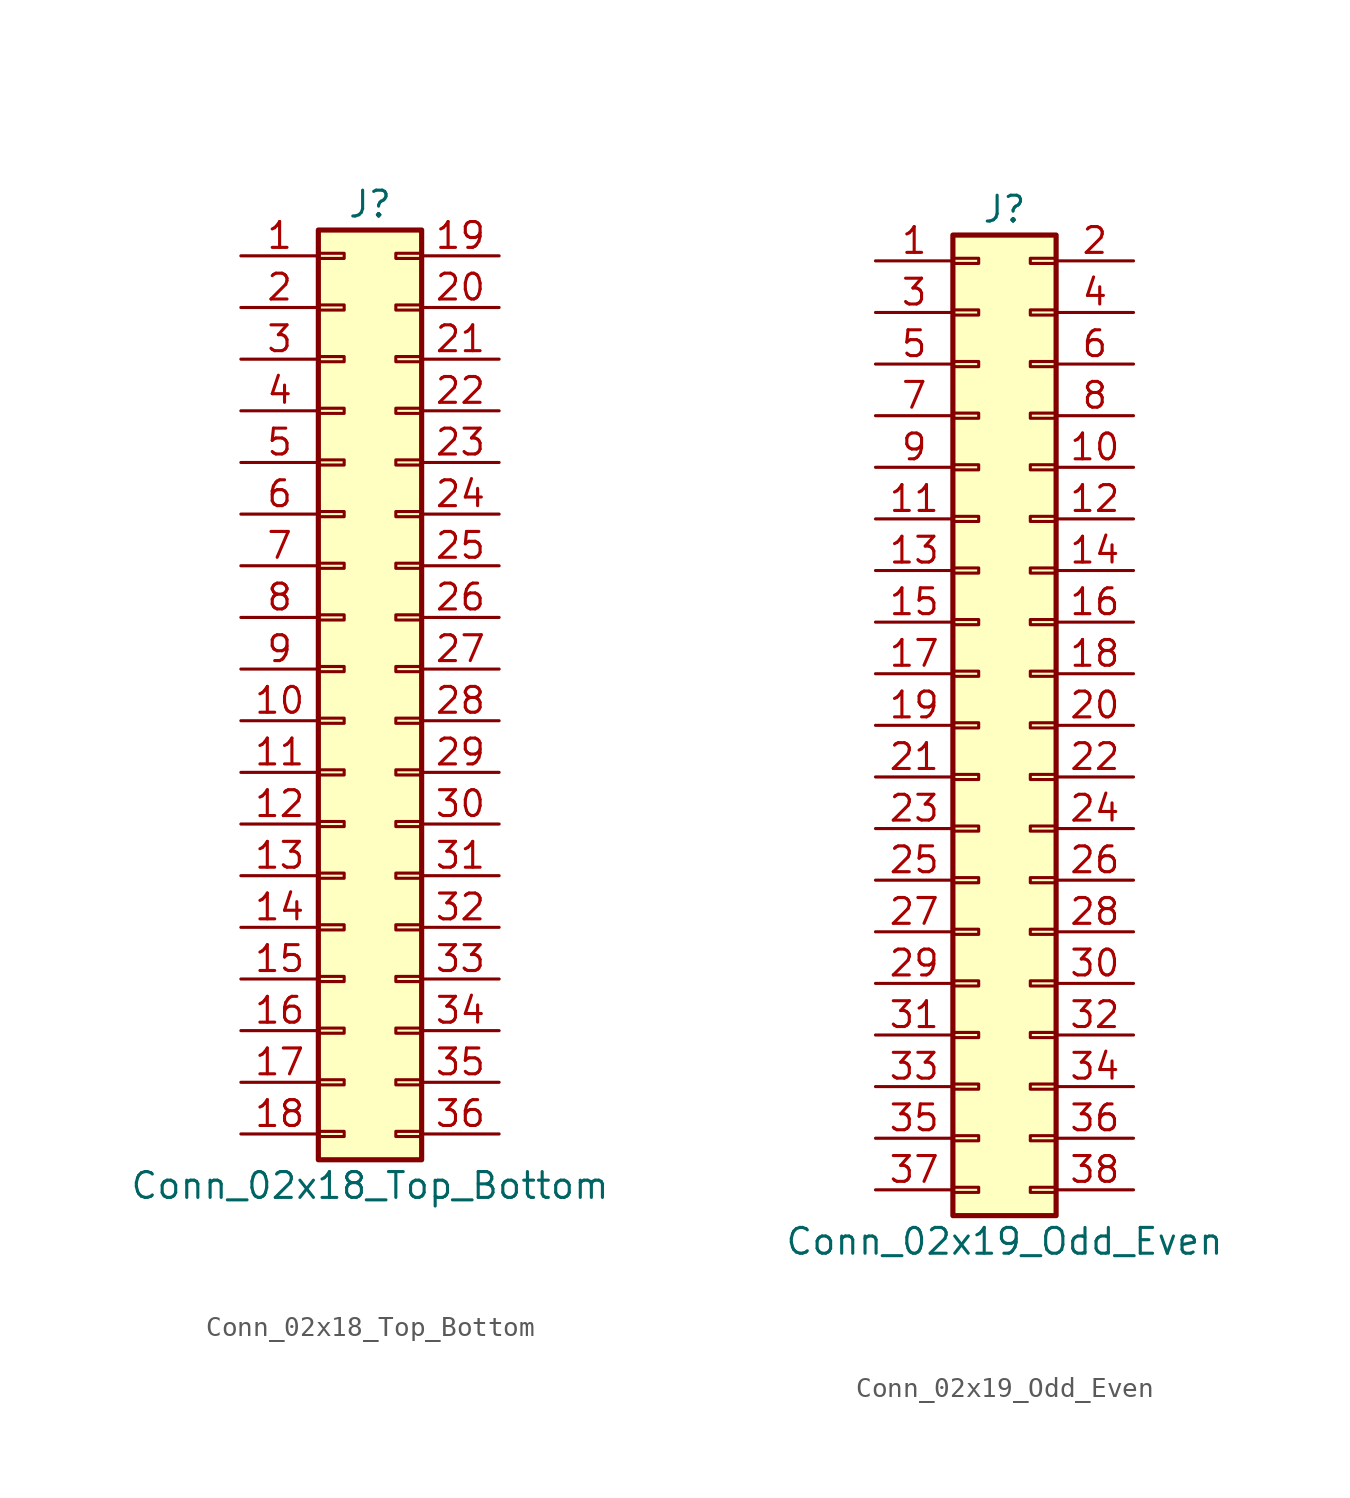
<source format=kicad_sym>
(kicad_symbol_lib
  (version 20201005)
  (generator kicad_symbol_editor)
  (symbol "Conn_02x18_Top_Bottom"
    (pin_names
      (offset 1.016) hide)
    (property "Reference" "J"
      (at 1.27 22.86 0)
      (effects (font (size 1.27 1.27))))
    (property "Value" "Conn_02x18_Top_Bottom"
      (at 1.27 -25.4 0)
      (effects (font (size 1.27 1.27))))
    (symbol "Conn_02x18_Top_Bottom_1_1"
      (rectangle (start -1.27 -22.733) (end 0 -22.987) (stroke (width 0.152)) (fill (type none)))
      (rectangle (start -1.27 -20.193) (end 0 -20.447) (stroke (width 0.152)) (fill (type none)))
      (rectangle (start -1.27 -17.653) (end 0 -17.907) (stroke (width 0.152)) (fill (type none)))
      (rectangle (start -1.27 -15.113) (end 0 -15.367) (stroke (width 0.152)) (fill (type none)))
      (rectangle (start -1.27 -12.573) (end 0 -12.827) (stroke (width 0.152)) (fill (type none)))
      (rectangle (start -1.27 -10.033) (end 0 -10.287) (stroke (width 0.152)) (fill (type none)))
      (rectangle (start -1.27 -7.493) (end 0 -7.747) (stroke (width 0.152)) (fill (type none)))
      (rectangle (start -1.27 -4.953) (end 0 -5.207) (stroke (width 0.152)) (fill (type none)))
      (rectangle (start -1.27 -2.413) (end 0 -2.667) (stroke (width 0.152)) (fill (type none)))
      (rectangle (start -1.27 0.127) (end 0 -0.127) (stroke (width 0.152)) (fill (type none)))
      (rectangle (start -1.27 2.667) (end 0 2.413) (stroke (width 0.152)) (fill (type none)))
      (rectangle (start -1.27 5.207) (end 0 4.953) (stroke (width 0.152)) (fill (type none)))
      (rectangle (start -1.27 7.747) (end 0 7.493) (stroke (width 0.152)) (fill (type none)))
      (rectangle (start -1.27 10.287) (end 0 10.033) (stroke (width 0.152)) (fill (type none)))
      (rectangle (start -1.27 12.827) (end 0 12.573) (stroke (width 0.152)) (fill (type none)))
      (rectangle (start -1.27 15.367) (end 0 15.113) (stroke (width 0.152)) (fill (type none)))
      (rectangle (start -1.27 17.907) (end 0 17.653) (stroke (width 0.152)) (fill (type none)))
      (rectangle (start -1.27 20.447) (end 0 20.193) (stroke (width 0.152)) (fill (type none)))
      (rectangle (start -1.27 21.59) (end 3.81 -24.13) (stroke (width 0.254)) (fill (type background)))
      (rectangle (start 3.81 -22.733) (end 2.54 -22.987) (stroke (width 0.152)) (fill (type none)))
      (rectangle (start 3.81 -20.193) (end 2.54 -20.447) (stroke (width 0.152)) (fill (type none)))
      (rectangle (start 3.81 -17.653) (end 2.54 -17.907) (stroke (width 0.152)) (fill (type none)))
      (rectangle (start 3.81 -15.113) (end 2.54 -15.367) (stroke (width 0.152)) (fill (type none)))
      (rectangle (start 3.81 -12.573) (end 2.54 -12.827) (stroke (width 0.152)) (fill (type none)))
      (rectangle (start 3.81 -10.033) (end 2.54 -10.287) (stroke (width 0.152)) (fill (type none)))
      (rectangle (start 3.81 -7.493) (end 2.54 -7.747) (stroke (width 0.152)) (fill (type none)))
      (rectangle (start 3.81 -4.953) (end 2.54 -5.207) (stroke (width 0.152)) (fill (type none)))
      (rectangle (start 3.81 -2.413) (end 2.54 -2.667) (stroke (width 0.152)) (fill (type none)))
      (rectangle (start 3.81 0.127) (end 2.54 -0.127) (stroke (width 0.152)) (fill (type none)))
      (rectangle (start 3.81 2.667) (end 2.54 2.413) (stroke (width 0.152)) (fill (type none)))
      (rectangle (start 3.81 5.207) (end 2.54 4.953) (stroke (width 0.152)) (fill (type none)))
      (rectangle (start 3.81 7.747) (end 2.54 7.493) (stroke (width 0.152)) (fill (type none)))
      (rectangle (start 3.81 10.287) (end 2.54 10.033) (stroke (width 0.152)) (fill (type none)))
      (rectangle (start 3.81 12.827) (end 2.54 12.573) (stroke (width 0.152)) (fill (type none)))
      (rectangle (start 3.81 15.367) (end 2.54 15.113) (stroke (width 0.152)) (fill (type none)))
      (rectangle (start 3.81 17.907) (end 2.54 17.653) (stroke (width 0.152)) (fill (type none)))
      (rectangle (start 3.81 20.447) (end 2.54 20.193) (stroke (width 0.152)) (fill (type none)))
      (pin passive line (at -5.08 20.32 0) (length 3.81) (name "Pin_1" (effects (font (size 1.27 1.27)))) (number "1" (effects (font (size 1.27 1.27)))))
      (pin passive line (at -5.08 -2.54 0) (length 3.81) (name "Pin_10" (effects (font (size 1.27 1.27)))) (number "10" (effects (font (size 1.27 1.27)))))
      (pin passive line (at -5.08 -5.08 0) (length 3.81) (name "Pin_11" (effects (font (size 1.27 1.27)))) (number "11" (effects (font (size 1.27 1.27)))))
      (pin passive line (at -5.08 -7.62 0) (length 3.81) (name "Pin_12" (effects (font (size 1.27 1.27)))) (number "12" (effects (font (size 1.27 1.27)))))
      (pin passive line (at -5.08 -10.16 0) (length 3.81) (name "Pin_13" (effects (font (size 1.27 1.27)))) (number "13" (effects (font (size 1.27 1.27)))))
      (pin passive line (at -5.08 -12.7 0) (length 3.81) (name "Pin_14" (effects (font (size 1.27 1.27)))) (number "14" (effects (font (size 1.27 1.27)))))
      (pin passive line (at -5.08 -15.24 0) (length 3.81) (name "Pin_15" (effects (font (size 1.27 1.27)))) (number "15" (effects (font (size 1.27 1.27)))))
      (pin passive line (at -5.08 -17.78 0) (length 3.81) (name "Pin_16" (effects (font (size 1.27 1.27)))) (number "16" (effects (font (size 1.27 1.27)))))
      (pin passive line (at -5.08 -20.32 0) (length 3.81) (name "Pin_17" (effects (font (size 1.27 1.27)))) (number "17" (effects (font (size 1.27 1.27)))))
      (pin passive line (at -5.08 -22.86 0) (length 3.81) (name "Pin_18" (effects (font (size 1.27 1.27)))) (number "18" (effects (font (size 1.27 1.27)))))
      (pin passive line (at 7.62 20.32 180) (length 3.81) (name "Pin_19" (effects (font (size 1.27 1.27)))) (number "19" (effects (font (size 1.27 1.27)))))
      (pin passive line (at -5.08 17.78 0) (length 3.81) (name "Pin_2" (effects (font (size 1.27 1.27)))) (number "2" (effects (font (size 1.27 1.27)))))
      (pin passive line (at 7.62 17.78 180) (length 3.81) (name "Pin_20" (effects (font (size 1.27 1.27)))) (number "20" (effects (font (size 1.27 1.27)))))
      (pin passive line (at 7.62 15.24 180) (length 3.81) (name "Pin_21" (effects (font (size 1.27 1.27)))) (number "21" (effects (font (size 1.27 1.27)))))
      (pin passive line (at 7.62 12.7 180) (length 3.81) (name "Pin_22" (effects (font (size 1.27 1.27)))) (number "22" (effects (font (size 1.27 1.27)))))
      (pin passive line (at 7.62 10.16 180) (length 3.81) (name "Pin_23" (effects (font (size 1.27 1.27)))) (number "23" (effects (font (size 1.27 1.27)))))
      (pin passive line (at 7.62 7.62 180) (length 3.81) (name "Pin_24" (effects (font (size 1.27 1.27)))) (number "24" (effects (font (size 1.27 1.27)))))
      (pin passive line (at 7.62 5.08 180) (length 3.81) (name "Pin_25" (effects (font (size 1.27 1.27)))) (number "25" (effects (font (size 1.27 1.27)))))
      (pin passive line (at 7.62 2.54 180) (length 3.81) (name "Pin_26" (effects (font (size 1.27 1.27)))) (number "26" (effects (font (size 1.27 1.27)))))
      (pin passive line (at 7.62 0 180) (length 3.81) (name "Pin_27" (effects (font (size 1.27 1.27)))) (number "27" (effects (font (size 1.27 1.27)))))
      (pin passive line (at 7.62 -2.54 180) (length 3.81) (name "Pin_28" (effects (font (size 1.27 1.27)))) (number "28" (effects (font (size 1.27 1.27)))))
      (pin passive line (at 7.62 -5.08 180) (length 3.81) (name "Pin_29" (effects (font (size 1.27 1.27)))) (number "29" (effects (font (size 1.27 1.27)))))
      (pin passive line (at -5.08 15.24 0) (length 3.81) (name "Pin_3" (effects (font (size 1.27 1.27)))) (number "3" (effects (font (size 1.27 1.27)))))
      (pin passive line (at 7.62 -7.62 180) (length 3.81) (name "Pin_30" (effects (font (size 1.27 1.27)))) (number "30" (effects (font (size 1.27 1.27)))))
      (pin passive line (at 7.62 -10.16 180) (length 3.81) (name "Pin_31" (effects (font (size 1.27 1.27)))) (number "31" (effects (font (size 1.27 1.27)))))
      (pin passive line (at 7.62 -12.7 180) (length 3.81) (name "Pin_32" (effects (font (size 1.27 1.27)))) (number "32" (effects (font (size 1.27 1.27)))))
      (pin passive line (at 7.62 -15.24 180) (length 3.81) (name "Pin_33" (effects (font (size 1.27 1.27)))) (number "33" (effects (font (size 1.27 1.27)))))
      (pin passive line (at 7.62 -17.78 180) (length 3.81) (name "Pin_34" (effects (font (size 1.27 1.27)))) (number "34" (effects (font (size 1.27 1.27)))))
      (pin passive line (at 7.62 -20.32 180) (length 3.81) (name "Pin_35" (effects (font (size 1.27 1.27)))) (number "35" (effects (font (size 1.27 1.27)))))
      (pin passive line (at 7.62 -22.86 180) (length 3.81) (name "Pin_36" (effects (font (size 1.27 1.27)))) (number "36" (effects (font (size 1.27 1.27)))))
      (pin passive line (at -5.08 12.7 0) (length 3.81) (name "Pin_4" (effects (font (size 1.27 1.27)))) (number "4" (effects (font (size 1.27 1.27)))))
      (pin passive line (at -5.08 10.16 0) (length 3.81) (name "Pin_5" (effects (font (size 1.27 1.27)))) (number "5" (effects (font (size 1.27 1.27)))))
      (pin passive line (at -5.08 7.62 0) (length 3.81) (name "Pin_6" (effects (font (size 1.27 1.27)))) (number "6" (effects (font (size 1.27 1.27)))))
      (pin passive line (at -5.08 5.08 0) (length 3.81) (name "Pin_7" (effects (font (size 1.27 1.27)))) (number "7" (effects (font (size 1.27 1.27)))))
      (pin passive line (at -5.08 2.54 0) (length 3.81) (name "Pin_8" (effects (font (size 1.27 1.27)))) (number "8" (effects (font (size 1.27 1.27)))))
      (pin passive line (at -5.08 0 0) (length 3.81) (name "Pin_9" (effects (font (size 1.27 1.27)))) (number "9" (effects (font (size 1.27 1.27)))))))
  (symbol "Conn_02x19_Odd_Even"
    (pin_names
      (offset 1.016) hide)
    (property "Reference" "J"
      (at 1.27 25.4 0)
      (effects (font (size 1.27 1.27))))
    (property "Value" "Conn_02x19_Odd_Even"
      (at 1.27 -25.4 0)
      (effects (font (size 1.27 1.27))))
    (symbol "Conn_02x19_Odd_Even_1_1"
      (rectangle (start -1.27 -22.733) (end 0 -22.987) (stroke (width 0.152)) (fill (type none)))
      (rectangle (start -1.27 -20.193) (end 0 -20.447) (stroke (width 0.152)) (fill (type none)))
      (rectangle (start -1.27 -17.653) (end 0 -17.907) (stroke (width 0.152)) (fill (type none)))
      (rectangle (start -1.27 -15.113) (end 0 -15.367) (stroke (width 0.152)) (fill (type none)))
      (rectangle (start -1.27 -12.573) (end 0 -12.827) (stroke (width 0.152)) (fill (type none)))
      (rectangle (start -1.27 -10.033) (end 0 -10.287) (stroke (width 0.152)) (fill (type none)))
      (rectangle (start -1.27 -7.493) (end 0 -7.747) (stroke (width 0.152)) (fill (type none)))
      (rectangle (start -1.27 -4.953) (end 0 -5.207) (stroke (width 0.152)) (fill (type none)))
      (rectangle (start -1.27 -2.413) (end 0 -2.667) (stroke (width 0.152)) (fill (type none)))
      (rectangle (start -1.27 0.127) (end 0 -0.127) (stroke (width 0.152)) (fill (type none)))
      (rectangle (start -1.27 2.667) (end 0 2.413) (stroke (width 0.152)) (fill (type none)))
      (rectangle (start -1.27 5.207) (end 0 4.953) (stroke (width 0.152)) (fill (type none)))
      (rectangle (start -1.27 7.747) (end 0 7.493) (stroke (width 0.152)) (fill (type none)))
      (rectangle (start -1.27 10.287) (end 0 10.033) (stroke (width 0.152)) (fill (type none)))
      (rectangle (start -1.27 12.827) (end 0 12.573) (stroke (width 0.152)) (fill (type none)))
      (rectangle (start -1.27 15.367) (end 0 15.113) (stroke (width 0.152)) (fill (type none)))
      (rectangle (start -1.27 17.907) (end 0 17.653) (stroke (width 0.152)) (fill (type none)))
      (rectangle (start -1.27 20.447) (end 0 20.193) (stroke (width 0.152)) (fill (type none)))
      (rectangle (start -1.27 22.987) (end 0 22.733) (stroke (width 0.152)) (fill (type none)))
      (rectangle (start -1.27 24.13) (end 3.81 -24.13) (stroke (width 0.254)) (fill (type background)))
      (rectangle (start 3.81 -22.733) (end 2.54 -22.987) (stroke (width 0.152)) (fill (type none)))
      (rectangle (start 3.81 -20.193) (end 2.54 -20.447) (stroke (width 0.152)) (fill (type none)))
      (rectangle (start 3.81 -17.653) (end 2.54 -17.907) (stroke (width 0.152)) (fill (type none)))
      (rectangle (start 3.81 -15.113) (end 2.54 -15.367) (stroke (width 0.152)) (fill (type none)))
      (rectangle (start 3.81 -12.573) (end 2.54 -12.827) (stroke (width 0.152)) (fill (type none)))
      (rectangle (start 3.81 -10.033) (end 2.54 -10.287) (stroke (width 0.152)) (fill (type none)))
      (rectangle (start 3.81 -7.493) (end 2.54 -7.747) (stroke (width 0.152)) (fill (type none)))
      (rectangle (start 3.81 -4.953) (end 2.54 -5.207) (stroke (width 0.152)) (fill (type none)))
      (rectangle (start 3.81 -2.413) (end 2.54 -2.667) (stroke (width 0.152)) (fill (type none)))
      (rectangle (start 3.81 0.127) (end 2.54 -0.127) (stroke (width 0.152)) (fill (type none)))
      (rectangle (start 3.81 2.667) (end 2.54 2.413) (stroke (width 0.152)) (fill (type none)))
      (rectangle (start 3.81 5.207) (end 2.54 4.953) (stroke (width 0.152)) (fill (type none)))
      (rectangle (start 3.81 7.747) (end 2.54 7.493) (stroke (width 0.152)) (fill (type none)))
      (rectangle (start 3.81 10.287) (end 2.54 10.033) (stroke (width 0.152)) (fill (type none)))
      (rectangle (start 3.81 12.827) (end 2.54 12.573) (stroke (width 0.152)) (fill (type none)))
      (rectangle (start 3.81 15.367) (end 2.54 15.113) (stroke (width 0.152)) (fill (type none)))
      (rectangle (start 3.81 17.907) (end 2.54 17.653) (stroke (width 0.152)) (fill (type none)))
      (rectangle (start 3.81 20.447) (end 2.54 20.193) (stroke (width 0.152)) (fill (type none)))
      (rectangle (start 3.81 22.987) (end 2.54 22.733) (stroke (width 0.152)) (fill (type none)))
      (pin passive line (at -5.08 22.86 0) (length 3.81) (name "Pin_1" (effects (font (size 1.27 1.27)))) (number "1" (effects (font (size 1.27 1.27)))))
      (pin passive line (at 7.62 12.7 180) (length 3.81) (name "Pin_10" (effects (font (size 1.27 1.27)))) (number "10" (effects (font (size 1.27 1.27)))))
      (pin passive line (at -5.08 10.16 0) (length 3.81) (name "Pin_11" (effects (font (size 1.27 1.27)))) (number "11" (effects (font (size 1.27 1.27)))))
      (pin passive line (at 7.62 10.16 180) (length 3.81) (name "Pin_12" (effects (font (size 1.27 1.27)))) (number "12" (effects (font (size 1.27 1.27)))))
      (pin passive line (at -5.08 7.62 0) (length 3.81) (name "Pin_13" (effects (font (size 1.27 1.27)))) (number "13" (effects (font (size 1.27 1.27)))))
      (pin passive line (at 7.62 7.62 180) (length 3.81) (name "Pin_14" (effects (font (size 1.27 1.27)))) (number "14" (effects (font (size 1.27 1.27)))))
      (pin passive line (at -5.08 5.08 0) (length 3.81) (name "Pin_15" (effects (font (size 1.27 1.27)))) (number "15" (effects (font (size 1.27 1.27)))))
      (pin passive line (at 7.62 5.08 180) (length 3.81) (name "Pin_16" (effects (font (size 1.27 1.27)))) (number "16" (effects (font (size 1.27 1.27)))))
      (pin passive line (at -5.08 2.54 0) (length 3.81) (name "Pin_17" (effects (font (size 1.27 1.27)))) (number "17" (effects (font (size 1.27 1.27)))))
      (pin passive line (at 7.62 2.54 180) (length 3.81) (name "Pin_18" (effects (font (size 1.27 1.27)))) (number "18" (effects (font (size 1.27 1.27)))))
      (pin passive line (at -5.08 0 0) (length 3.81) (name "Pin_19" (effects (font (size 1.27 1.27)))) (number "19" (effects (font (size 1.27 1.27)))))
      (pin passive line (at 7.62 22.86 180) (length 3.81) (name "Pin_2" (effects (font (size 1.27 1.27)))) (number "2" (effects (font (size 1.27 1.27)))))
      (pin passive line (at 7.62 0 180) (length 3.81) (name "Pin_20" (effects (font (size 1.27 1.27)))) (number "20" (effects (font (size 1.27 1.27)))))
      (pin passive line (at -5.08 -2.54 0) (length 3.81) (name "Pin_21" (effects (font (size 1.27 1.27)))) (number "21" (effects (font (size 1.27 1.27)))))
      (pin passive line (at 7.62 -2.54 180) (length 3.81) (name "Pin_22" (effects (font (size 1.27 1.27)))) (number "22" (effects (font (size 1.27 1.27)))))
      (pin passive line (at -5.08 -5.08 0) (length 3.81) (name "Pin_23" (effects (font (size 1.27 1.27)))) (number "23" (effects (font (size 1.27 1.27)))))
      (pin passive line (at 7.62 -5.08 180) (length 3.81) (name "Pin_24" (effects (font (size 1.27 1.27)))) (number "24" (effects (font (size 1.27 1.27)))))
      (pin passive line (at -5.08 -7.62 0) (length 3.81) (name "Pin_25" (effects (font (size 1.27 1.27)))) (number "25" (effects (font (size 1.27 1.27)))))
      (pin passive line (at 7.62 -7.62 180) (length 3.81) (name "Pin_26" (effects (font (size 1.27 1.27)))) (number "26" (effects (font (size 1.27 1.27)))))
      (pin passive line (at -5.08 -10.16 0) (length 3.81) (name "Pin_27" (effects (font (size 1.27 1.27)))) (number "27" (effects (font (size 1.27 1.27)))))
      (pin passive line (at 7.62 -10.16 180) (length 3.81) (name "Pin_28" (effects (font (size 1.27 1.27)))) (number "28" (effects (font (size 1.27 1.27)))))
      (pin passive line (at -5.08 -12.7 0) (length 3.81) (name "Pin_29" (effects (font (size 1.27 1.27)))) (number "29" (effects (font (size 1.27 1.27)))))
      (pin passive line (at -5.08 20.32 0) (length 3.81) (name "Pin_3" (effects (font (size 1.27 1.27)))) (number "3" (effects (font (size 1.27 1.27)))))
      (pin passive line (at 7.62 -12.7 180) (length 3.81) (name "Pin_30" (effects (font (size 1.27 1.27)))) (number "30" (effects (font (size 1.27 1.27)))))
      (pin passive line (at -5.08 -15.24 0) (length 3.81) (name "Pin_31" (effects (font (size 1.27 1.27)))) (number "31" (effects (font (size 1.27 1.27)))))
      (pin passive line (at 7.62 -15.24 180) (length 3.81) (name "Pin_32" (effects (font (size 1.27 1.27)))) (number "32" (effects (font (size 1.27 1.27)))))
      (pin passive line (at -5.08 -17.78 0) (length 3.81) (name "Pin_33" (effects (font (size 1.27 1.27)))) (number "33" (effects (font (size 1.27 1.27)))))
      (pin passive line (at 7.62 -17.78 180) (length 3.81) (name "Pin_34" (effects (font (size 1.27 1.27)))) (number "34" (effects (font (size 1.27 1.27)))))
      (pin passive line (at -5.08 -20.32 0) (length 3.81) (name "Pin_35" (effects (font (size 1.27 1.27)))) (number "35" (effects (font (size 1.27 1.27)))))
      (pin passive line (at 7.62 -20.32 180) (length 3.81) (name "Pin_36" (effects (font (size 1.27 1.27)))) (number "36" (effects (font (size 1.27 1.27)))))
      (pin passive line (at -5.08 -22.86 0) (length 3.81) (name "Pin_37" (effects (font (size 1.27 1.27)))) (number "37" (effects (font (size 1.27 1.27)))))
      (pin passive line (at 7.62 -22.86 180) (length 3.81) (name "Pin_38" (effects (font (size 1.27 1.27)))) (number "38" (effects (font (size 1.27 1.27)))))
      (pin passive line (at 7.62 20.32 180) (length 3.81) (name "Pin_4" (effects (font (size 1.27 1.27)))) (number "4" (effects (font (size 1.27 1.27)))))
      (pin passive line (at -5.08 17.78 0) (length 3.81) (name "Pin_5" (effects (font (size 1.27 1.27)))) (number "5" (effects (font (size 1.27 1.27)))))
      (pin passive line (at 7.62 17.78 180) (length 3.81) (name "Pin_6" (effects (font (size 1.27 1.27)))) (number "6" (effects (font (size 1.27 1.27)))))
      (pin passive line (at -5.08 15.24 0) (length 3.81) (name "Pin_7" (effects (font (size 1.27 1.27)))) (number "7" (effects (font (size 1.27 1.27)))))
      (pin passive line (at 7.62 15.24 180) (length 3.81) (name "Pin_8" (effects (font (size 1.27 1.27)))) (number "8" (effects (font (size 1.27 1.27)))))
      (pin passive line (at -5.08 12.7 0) (length 3.81) (name "Pin_9" (effects (font (size 1.27 1.27)))) (number "9" (effects (font (size 1.27 1.27))))))))
</source>
